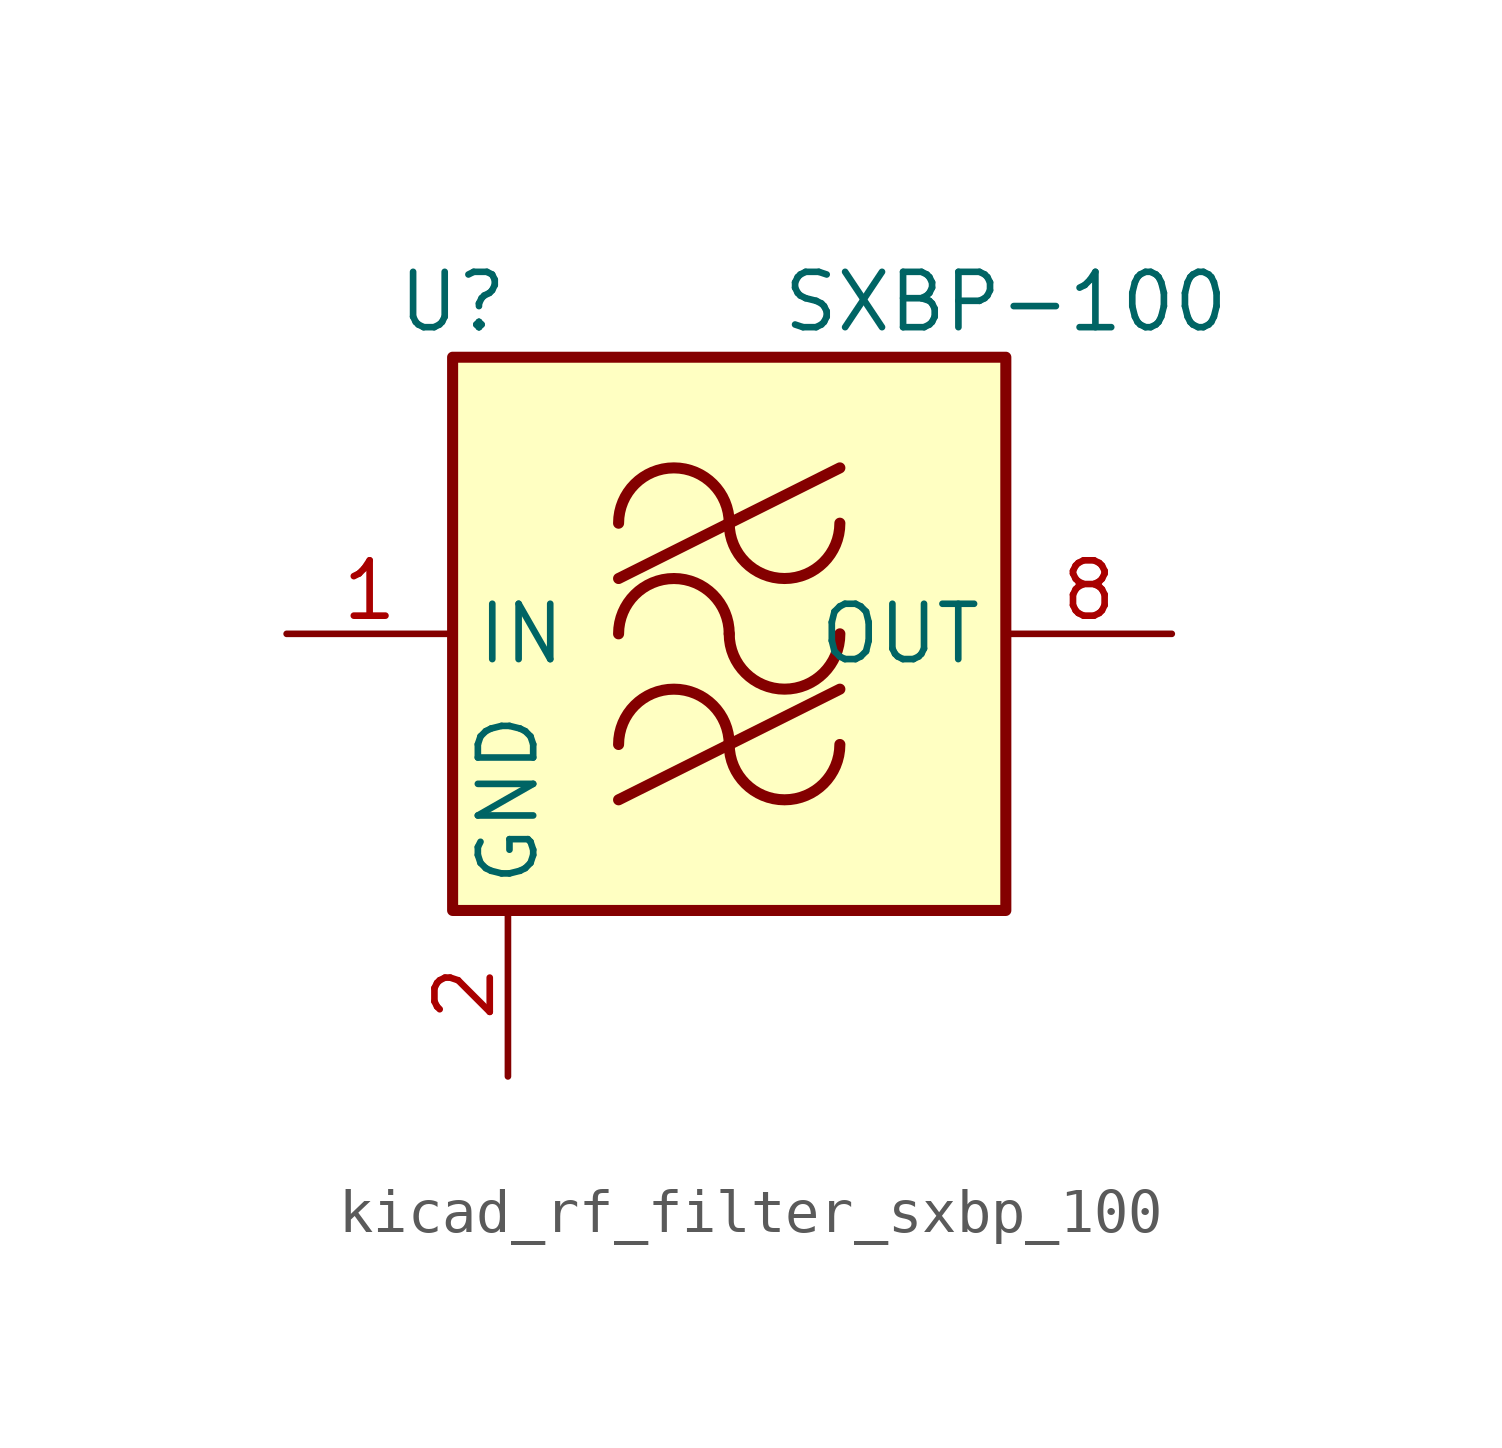
<source format=kicad_sym>
(kicad_symbol_lib
  (version 20220914)
  (generator kicad_symbol_editor)
  (symbol "kicad_rf_filter_sxbp_100"
    (property "Reference" "U"
      (at -6.35 7.62 0)
      (effects (font (size 1.27 1.27))))
    (property "Value" "SXBP-100"
      (at 6.35 7.62 0)
      (effects (font (size 1.27 1.27))))
    (symbol "kicad_rf_filter_sxbp_100_0_1"
      (rectangle (start -6.35 6.35) (end 6.35 -6.35) (stroke (width 0.254) (type default)) (fill (type background)))
      (arc (start 0 -2.54) (mid -1.27 -1.2755) (end -2.54 -2.54) (stroke (width 0.254) (type default)) (fill (type none)))
      (arc (start 0 -2.54) (mid 1.27 -3.8045) (end 2.54 -2.54) (stroke (width 0.254) (type default)) (fill (type none)))
      (arc (start 0 0) (mid -1.27 1.2645) (end -2.54 0) (stroke (width 0.254) (type default)) (fill (type none)))
      (polyline (pts (xy -2.54 -3.81) (xy 2.54 -1.27)) (stroke (width 0.254) (type default)) (fill (type none)))
      (polyline (pts (xy -2.54 1.27) (xy 2.54 3.81)) (stroke (width 0.254) (type default)) (fill (type none)))
      (arc (start 0 0) (mid 1.27 -1.2645) (end 2.54 0) (stroke (width 0.254) (type default)) (fill (type none)))
      (arc (start 0 2.54) (mid -1.27 3.8045) (end -2.54 2.54) (stroke (width 0.254) (type default)) (fill (type none)))
      (arc (start 0 2.54) (mid 1.27 1.2755) (end 2.54 2.54) (stroke (width 0.254) (type default)) (fill (type none))))
    (symbol "kicad_rf_filter_sxbp_100_1_1"
      (pin input line (at -10.16 0 0) (length 3.81) (name "IN" (effects (font (size 1.27 1.27)))) (number "1" (effects (font (size 1.27 1.27)))))
      (pin power_in line (at -5.08 -10.16 90) (length 3.81) (name "GND" (effects (font (size 1.27 1.27)))) (number "2" (effects (font (size 1.27 1.27)))))
      (pin passive line (at -5.08 -10.16 90) (length 3.81) hide (name "GND" (effects (font (size 1.27 1.27)))) (number "3" (effects (font (size 1.27 1.27)))))
      (pin passive line (at -5.08 -10.16 90) (length 3.81) hide (name "GND" (effects (font (size 1.27 1.27)))) (number "4" (effects (font (size 1.27 1.27)))))
      (pin passive line (at -5.08 -10.16 90) (length 3.81) hide (name "GND" (effects (font (size 1.27 1.27)))) (number "5" (effects (font (size 1.27 1.27)))))
      (pin passive line (at -5.08 -10.16 90) (length 3.81) hide (name "GND" (effects (font (size 1.27 1.27)))) (number "6" (effects (font (size 1.27 1.27)))))
      (pin passive line (at -5.08 -10.16 90) (length 3.81) hide (name "GND" (effects (font (size 1.27 1.27)))) (number "7" (effects (font (size 1.27 1.27)))))
      (pin output line (at 10.16 0 180) (length 3.81) (name "OUT" (effects (font (size 1.27 1.27)))) (number "8" (effects (font (size 1.27 1.27))))))))
</source>
